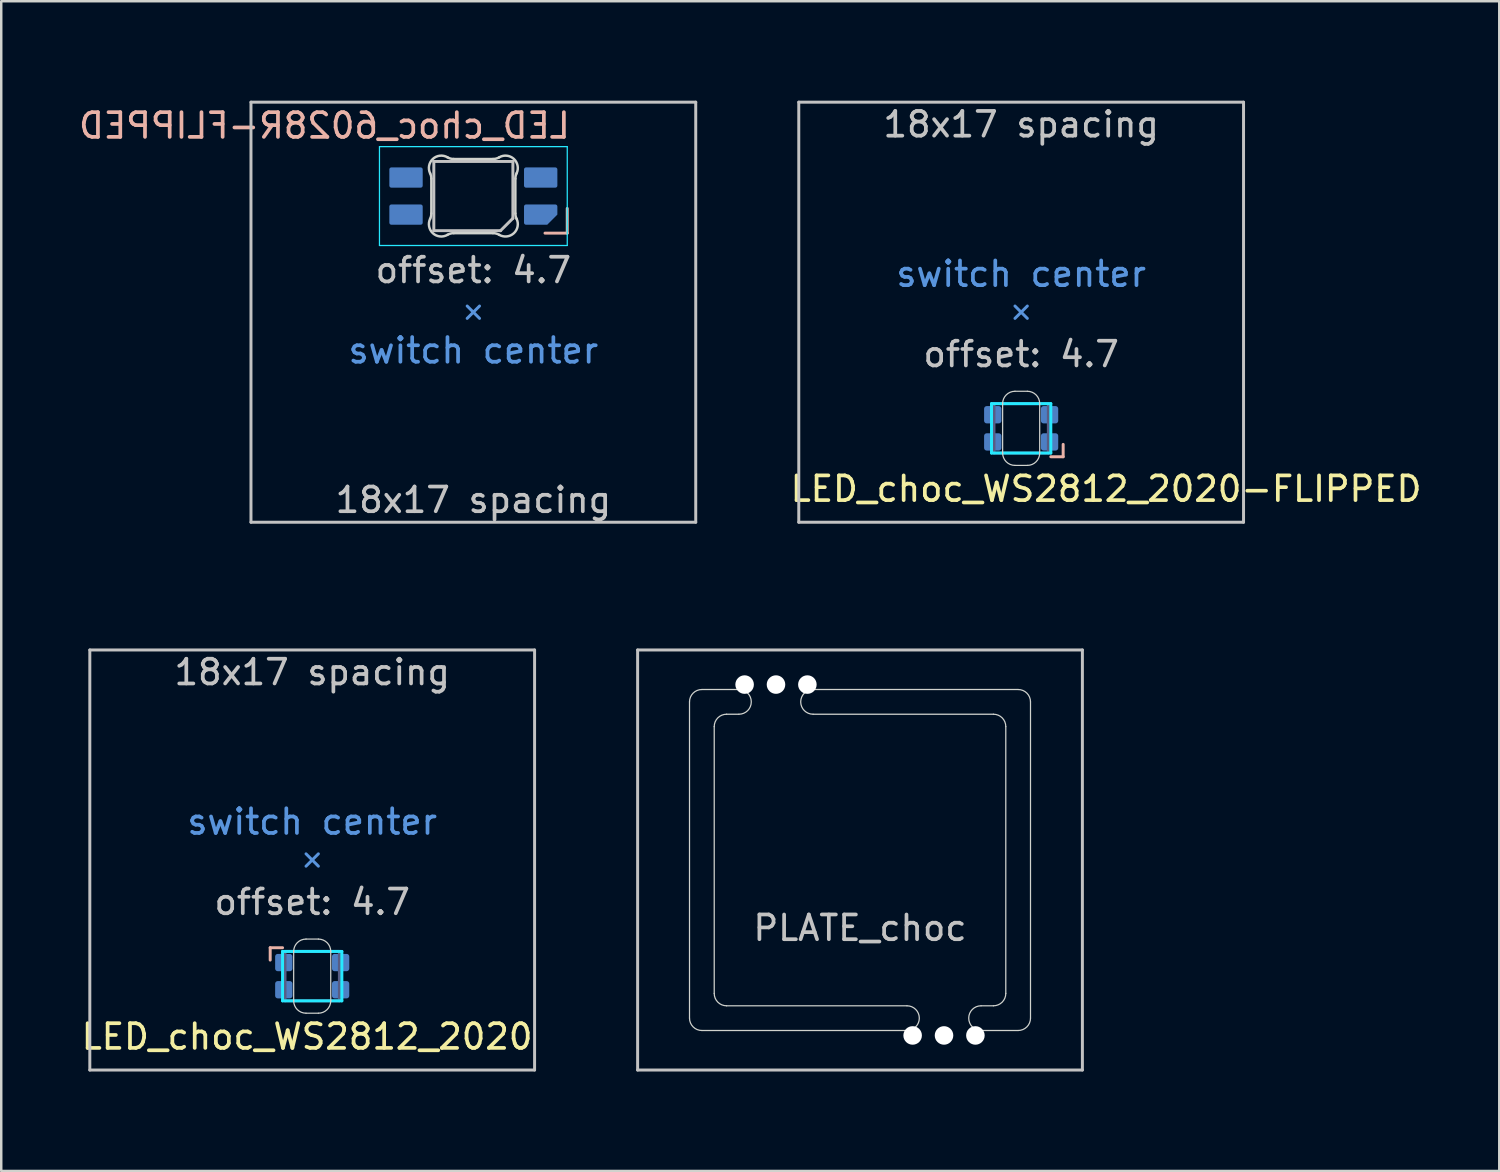
<source format=kicad_pcb>
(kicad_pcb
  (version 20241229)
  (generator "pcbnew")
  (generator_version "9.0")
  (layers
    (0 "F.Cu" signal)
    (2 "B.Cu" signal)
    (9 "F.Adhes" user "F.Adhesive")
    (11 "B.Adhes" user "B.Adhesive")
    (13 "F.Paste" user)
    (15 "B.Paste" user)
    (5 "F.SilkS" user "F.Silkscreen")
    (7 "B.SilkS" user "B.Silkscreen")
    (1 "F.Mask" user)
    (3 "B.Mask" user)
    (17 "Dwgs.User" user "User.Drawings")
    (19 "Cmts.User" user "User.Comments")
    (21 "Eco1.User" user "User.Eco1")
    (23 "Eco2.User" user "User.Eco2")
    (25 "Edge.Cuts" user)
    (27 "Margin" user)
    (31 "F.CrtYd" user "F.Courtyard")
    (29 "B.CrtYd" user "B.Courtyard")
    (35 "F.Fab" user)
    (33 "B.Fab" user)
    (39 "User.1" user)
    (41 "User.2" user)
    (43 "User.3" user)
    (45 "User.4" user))
  (footprint "LED_choc_WS2812_2020-FLIPPED"
    (layer "F.Cu")
    (at 38.277 14.285)
    (property "Reference" "LED_choc_WS2812_2020-FLIPPED" (at -9.425 2.45 0) (layer "F.SilkS") (effects (font (size 1 1) (thickness 0.15)) (justify left)))
    (attr smd)
    (fp_line (start 1.7 0.65) (end 1.7 1.15) (stroke (width 0.12) (type solid)) (layer "B.SilkS"))
    (fp_line (start 1.7 1.15) (end 1.2 1.15) (stroke (width 0.12) (type solid)) (layer "B.SilkS"))
    (fp_line (start -9 -13.2) (end 9 -13.2) (stroke (width 0.12) (type solid)) (layer "Dwgs.User"))
    (fp_line (start -9 3.8) (end -9 -13.2) (stroke (width 0.12) (type solid)) (layer "Dwgs.User"))
    (fp_line (start 9 -13.2) (end 9 3.8) (stroke (width 0.12) (type solid)) (layer "Dwgs.User"))
    (fp_line (start 9 3.8) (end -9 3.8) (stroke (width 0.12) (type solid)) (layer "Dwgs.User"))
    (fp_line (start -0.25 -4.45) (end 0 -4.7) (stroke (width 0.12) (type solid)) (layer "Cmts.User"))
    (fp_line (start 0 -4.7) (end -0.25 -4.95) (stroke (width 0.12) (type solid)) (layer "Cmts.User"))
    (fp_line (start 0 -4.7) (end 0.25 -4.95) (stroke (width 0.12) (type solid)) (layer "Cmts.User"))
    (fp_line (start 0.25 -4.45) (end 0 -4.7) (stroke (width 0.12) (type solid)) (layer "Cmts.User"))
    (fp_line (start -9.525 -14.225) (end -9.525 4.825) (stroke (width 0.12) (type solid)) (layer "Eco1.User"))
    (fp_line (start -9.525 4.825) (end 9.525 4.825) (stroke (width 0.12) (type solid)) (layer "Eco1.User"))
    (fp_line (start 9.525 -14.225) (end -9.525 -14.225) (stroke (width 0.12) (type solid)) (layer "Eco1.User"))
    (fp_line (start 9.525 4.825) (end 9.525 -14.225) (stroke (width 0.12) (type solid)) (layer "Eco1.User"))
    (fp_line (start -0.75 -1) (end -0.75 1) (stroke (width 0.05) (type solid)) (layer "Edge.Cuts"))
    (fp_line (start -0.25 -1.5) (end 0.25 -1.5) (stroke (width 0.05) (type solid)) (layer "Edge.Cuts"))
    (fp_line (start 0.25 1.5) (end -0.25 1.5) (stroke (width 0.05) (type solid)) (layer "Edge.Cuts"))
    (fp_line (start 0.75 1) (end 0.75 -1) (stroke (width 0.05) (type solid)) (layer "Edge.Cuts"))
    (fp_arc (start -0.75 -1) (mid -0.603554 -1.353553) (end -0.250001 -1.499999) (stroke (width 0.05) (type solid)) (layer "Edge.Cuts"))
    (fp_arc (start -0.250001 1.500001) (mid -0.603554 1.353554) (end -0.75 1) (stroke (width 0.05) (type solid)) (layer "Edge.Cuts"))
    (fp_arc (start 0.250001 -1.500001) (mid 0.603554 -1.353554) (end 0.75 -1) (stroke (width 0.05) (type solid)) (layer "Edge.Cuts"))
    (fp_arc (start 0.75 1) (mid 0.603554 1.353553) (end 0.250001 1.499999) (stroke (width 0.05) (type solid)) (layer "Edge.Cuts"))
    (fp_line (start -1.2 -1) (end 1.2 -1) (stroke (width 0.12) (type solid)) (layer "B.CrtYd"))
    (fp_line (start -1.2 1) (end -1.2 -1) (stroke (width 0.12) (type solid)) (layer "B.CrtYd"))
    (fp_line (start 1.2 -1) (end 1.2 1) (stroke (width 0.12) (type solid)) (layer "B.CrtYd"))
    (fp_line (start 1.2 1) (end -1.2 1) (stroke (width 0.12) (type solid)) (layer "B.CrtYd"))
    (fp_line (start -1.1 -1) (end 1.1 -1) (stroke (width 0.12) (type solid)) (layer "B.Fab"))
    (fp_line (start -1.1 1) (end -1.1 -1) (stroke (width 0.12) (type solid)) (layer "B.Fab"))
    (fp_line (start 1.1 -1) (end 1.1 1) (stroke (width 0.12) (type solid)) (layer "B.Fab"))
    (fp_line (start 1.1 1) (end -1.1 1) (stroke (width 0.12) (type solid)) (layer "B.Fab"))
    (fp_text user "18x17 spacing" (at 0 -12.3 0) (layer "Dwgs.User") (effects (font (size 1 1) (thickness 0.15))))
    (fp_text user "offset: 4.7" (at 0 -3 0) (layer "Dwgs.User") (effects (font (size 1 1) (thickness 0.15))))
    (fp_text user "switch center" (at 0 -6.25 0) (layer "Cmts.User") (effects (font (size 1 1) (thickness 0.15))))
    (fp_text user "19.05 spacing" (at 0 -13.4 0) (layer "Eco1.User") (effects (font (size 1 1) (thickness 0.15))))
    (pad "1" smd roundrect (at 1.15 0.55 180) (size 0.7 0.7) (layers "B.Cu" "B.Mask" "B.Paste") (roundrect_rratio 0.15))
    (pad "2" smd roundrect (at 1.15 -0.55 180) (size 0.7 0.7) (layers "B.Cu" "B.Mask" "B.Paste") (roundrect_rratio 0.15))
    (pad "3" smd roundrect (at -1.15 -0.55 180) (size 0.7 0.7) (layers "B.Cu" "B.Mask" "B.Paste") (roundrect_rratio 0.15))
    (pad "4" smd roundrect (at -1.15 0.55 180) (size 0.7 0.7) (layers "B.Cu" "B.Mask" "B.Paste") (roundrect_rratio 0.15)))
  (footprint "LED_choc_WS2812_2020"
    (layer "F.Cu")
    (at 9.585 36.455)
    (property "Reference" "LED_choc_WS2812_2020" (at -9.425 2.45 0) (layer "F.SilkS") (effects (font (size 1 1) (thickness 0.15)) (justify left)))
    (attr smd)
    (fp_line (start -1.7 -1.15) (end -1.2 -1.15) (stroke (width 0.12) (type solid)) (layer "B.SilkS"))
    (fp_line (start -1.7 -0.65) (end -1.7 -1.15) (stroke (width 0.12) (type solid)) (layer "B.SilkS"))
    (fp_line (start -9 -13.2) (end 9 -13.2) (stroke (width 0.12) (type solid)) (layer "Dwgs.User"))
    (fp_line (start -9 3.8) (end -9 -13.2) (stroke (width 0.12) (type solid)) (layer "Dwgs.User"))
    (fp_line (start 9 -13.2) (end 9 3.8) (stroke (width 0.12) (type solid)) (layer "Dwgs.User"))
    (fp_line (start 9 3.8) (end -9 3.8) (stroke (width 0.12) (type solid)) (layer "Dwgs.User"))
    (fp_line (start -0.25 -4.45) (end 0 -4.7) (stroke (width 0.12) (type solid)) (layer "Cmts.User"))
    (fp_line (start 0 -4.7) (end -0.25 -4.95) (stroke (width 0.12) (type solid)) (layer "Cmts.User"))
    (fp_line (start 0 -4.7) (end 0.25 -4.95) (stroke (width 0.12) (type solid)) (layer "Cmts.User"))
    (fp_line (start 0.25 -4.45) (end 0 -4.7) (stroke (width 0.12) (type solid)) (layer "Cmts.User"))
    (fp_line (start -9.525 -14.225) (end -9.525 4.825) (stroke (width 0.12) (type solid)) (layer "Eco1.User"))
    (fp_line (start -9.525 4.825) (end 9.525 4.825) (stroke (width 0.12) (type solid)) (layer "Eco1.User"))
    (fp_line (start 9.525 -14.225) (end -9.525 -14.225) (stroke (width 0.12) (type solid)) (layer "Eco1.User"))
    (fp_line (start 9.525 4.825) (end 9.525 -14.225) (stroke (width 0.12) (type solid)) (layer "Eco1.User"))
    (fp_line (start -0.75 -1) (end -0.75 1) (stroke (width 0.05) (type solid)) (layer "Edge.Cuts"))
    (fp_line (start -0.25 -1.5) (end 0.25 -1.5) (stroke (width 0.05) (type solid)) (layer "Edge.Cuts"))
    (fp_line (start 0.25 1.5) (end -0.25 1.5) (stroke (width 0.05) (type solid)) (layer "Edge.Cuts"))
    (fp_line (start 0.75 1) (end 0.75 -1) (stroke (width 0.05) (type solid)) (layer "Edge.Cuts"))
    (fp_arc (start -0.75 -1) (mid -0.603554 -1.353553) (end -0.250001 -1.499999) (stroke (width 0.05) (type solid)) (layer "Edge.Cuts"))
    (fp_arc (start -0.250001 1.500001) (mid -0.603554 1.353554) (end -0.75 1) (stroke (width 0.05) (type solid)) (layer "Edge.Cuts"))
    (fp_arc (start 0.250001 -1.500001) (mid 0.603554 -1.353554) (end 0.75 -1) (stroke (width 0.05) (type solid)) (layer "Edge.Cuts"))
    (fp_arc (start 0.75 1) (mid 0.603554 1.353553) (end 0.250001 1.499999) (stroke (width 0.05) (type solid)) (layer "Edge.Cuts"))
    (fp_line (start -1.2 -1) (end 1.2 -1) (stroke (width 0.12) (type solid)) (layer "B.CrtYd"))
    (fp_line (start -1.2 1) (end -1.2 -1) (stroke (width 0.12) (type solid)) (layer "B.CrtYd"))
    (fp_line (start 1.2 -1) (end 1.2 1) (stroke (width 0.12) (type solid)) (layer "B.CrtYd"))
    (fp_line (start 1.2 1) (end -1.2 1) (stroke (width 0.12) (type solid)) (layer "B.CrtYd"))
    (fp_line (start -1.1 -1) (end 1.1 -1) (stroke (width 0.12) (type solid)) (layer "B.Fab"))
    (fp_line (start -1.1 1) (end -1.1 -1) (stroke (width 0.12) (type solid)) (layer "B.Fab"))
    (fp_line (start 1.1 -1) (end 1.1 1) (stroke (width 0.12) (type solid)) (layer "B.Fab"))
    (fp_line (start 1.1 1) (end -1.1 1) (stroke (width 0.12) (type solid)) (layer "B.Fab"))
    (fp_text user "18x17 spacing" (at 0 -12.3 0) (layer "Dwgs.User") (effects (font (size 1 1) (thickness 0.15))))
    (fp_text user "offset: 4.7" (at 0 -3 0) (layer "Dwgs.User") (effects (font (size 1 1) (thickness 0.15))))
    (fp_text user "switch center" (at 0 -6.25 0) (layer "Cmts.User") (effects (font (size 1 1) (thickness 0.15))))
    (fp_text user "19.05 spacing" (at 0 -13.4 0) (layer "Eco1.User") (effects (font (size 1 1) (thickness 0.15))))
    (pad "1" smd roundrect (at -1.15 -0.55) (size 0.7 0.7) (layers "B.Cu" "B.Mask" "B.Paste") (roundrect_rratio 0.15))
    (pad "2" smd roundrect (at -1.15 0.55) (size 0.7 0.7) (layers "B.Cu" "B.Mask" "B.Paste") (roundrect_rratio 0.15))
    (pad "3" smd roundrect (at 1.15 0.55) (size 0.7 0.7) (layers "B.Cu" "B.Mask" "B.Paste") (roundrect_rratio 0.15))
    (pad "4" smd roundrect (at 1.15 -0.55) (size 0.7 0.7) (layers "B.Cu" "B.Mask" "B.Paste") (roundrect_rratio 0.15)))
  (footprint "LED_choc_6028R-FLIPPED"
    (layer "F.Cu")
    (at 16.107 4.885)
    (property "Reference" "LED_choc_6028R-FLIPPED" (at 4 -2.85 180) (layer "B.SilkS") (effects (font (size 1 1) (thickness 0.15)) (justify left mirror)))
    (attr smd)
    (fp_line (start 3.8 0.5) (end 3.8 1.5) (stroke (width 0.12) (type solid)) (layer "B.SilkS"))
    (fp_line (start 3.8 1.5) (end 2.9 1.5) (stroke (width 0.12) (type solid)) (layer "B.SilkS"))
    (fp_line (start -9 -3.8) (end 9 -3.8) (stroke (width 0.12) (type solid)) (layer "Dwgs.User"))
    (fp_line (start -9 13.2) (end -9 -3.8) (stroke (width 0.12) (type solid)) (layer "Dwgs.User"))
    (fp_line (start -1.6 -1.4) (end -1.6 1.4) (stroke (width 0.12) (type solid)) (layer "Dwgs.User"))
    (fp_line (start -1.6 1.4) (end 1.1 1.4) (stroke (width 0.12) (type solid)) (layer "Dwgs.User"))
    (fp_line (start 1.6 -1.4) (end -1.6 -1.4) (stroke (width 0.12) (type solid)) (layer "Dwgs.User"))
    (fp_line (start 1.6 0.9) (end 1.1 1.4) (stroke (width 0.12) (type solid)) (layer "Dwgs.User"))
    (fp_line (start 1.6 0.9) (end 1.6 -1.4) (stroke (width 0.12) (type solid)) (layer "Dwgs.User"))
    (fp_line (start 9 -3.8) (end 9 13.2) (stroke (width 0.12) (type solid)) (layer "Dwgs.User"))
    (fp_line (start 9 13.2) (end -9 13.2) (stroke (width 0.12) (type solid)) (layer "Dwgs.User"))
    (fp_line (start -0.25 4.45) (end 0 4.7) (stroke (width 0.12) (type solid)) (layer "Cmts.User"))
    (fp_line (start 0 4.7) (end -0.25 4.95) (stroke (width 0.12) (type solid)) (layer "Cmts.User"))
    (fp_line (start 0 4.7) (end 0.25 4.95) (stroke (width 0.12) (type solid)) (layer "Cmts.User"))
    (fp_line (start 0.25 4.45) (end 0 4.7) (stroke (width 0.12) (type solid)) (layer "Cmts.User"))
    (fp_line (start -9.525 -4.825) (end -9.525 14.225) (stroke (width 0.12) (type solid)) (layer "Eco1.User"))
    (fp_line (start -9.525 14.225) (end 9.525 14.225) (stroke (width 0.12) (type solid)) (layer "Eco1.User"))
    (fp_line (start 9.525 -4.825) (end -9.525 -4.825) (stroke (width 0.12) (type solid)) (layer "Eco1.User"))
    (fp_line (start 9.525 14.225) (end 9.525 -4.825) (stroke (width 0.12) (type solid)) (layer "Eco1.User"))
    (fp_line (start -1.7 0.703) (end -1.7 -0.703) (stroke (width 0.1) (type solid)) (layer "Edge.Cuts"))
    (fp_line (start -0.794 -1.5) (end 0.794 -1.5) (stroke (width 0.1) (type solid)) (layer "Edge.Cuts"))
    (fp_line (start 0.794 1.5) (end -0.794 1.5) (stroke (width 0.1) (type solid)) (layer "Edge.Cuts"))
    (fp_line (start 1.7 -0.703) (end 1.7 0.703) (stroke (width 0.1) (type solid)) (layer "Edge.Cuts"))
    (fp_arc (start -1.749484 -0.919721) (mid -1.712527 -0.814069) (end -1.699999 -0.702843) (stroke (width 0.1) (type solid)) (layer "Edge.Cuts"))
    (fp_arc (start -1.749484 -0.919721) (mid -1.638071 -1.504036) (end -1.046711 -1.5683) (stroke (width 0.1) (type solid)) (layer "Edge.Cuts"))
    (fp_arc (start -1.699999 0.702842) (mid -1.712527 0.814067) (end -1.749484 0.919719) (stroke (width 0.1) (type solid)) (layer "Edge.Cuts"))
    (fp_arc (start -1.046711 1.568296) (mid -1.63807 1.504033) (end -1.749484 0.919719) (stroke (width 0.1) (type solid)) (layer "Edge.Cuts"))
    (fp_arc (start -1.04671 1.568298) (mid -0.925122 1.517376) (end -0.794452 1.499999) (stroke (width 0.1) (type solid)) (layer "Edge.Cuts"))
    (fp_arc (start -0.794453 -1.500001) (mid -0.925123 -1.517378) (end -1.046711 -1.5683) (stroke (width 0.1) (type solid)) (layer "Edge.Cuts"))
    (fp_arc (start 0.794452 1.499999) (mid 0.925123 1.517376) (end 1.046711 1.568298) (stroke (width 0.1) (type solid)) (layer "Edge.Cuts"))
    (fp_arc (start 1.046711 -1.568299) (mid 0.925123 -1.517377) (end 0.794453 -1.5) (stroke (width 0.1) (type solid)) (layer "Edge.Cuts"))
    (fp_arc (start 1.046711 -1.568299) (mid 1.63807 -1.504035) (end 1.749484 -0.919721) (stroke (width 0.1) (type solid)) (layer "Edge.Cuts"))
    (fp_arc (start 1.699999 -0.702844) (mid 1.712527 -0.814069) (end 1.749484 -0.919721) (stroke (width 0.1) (type solid)) (layer "Edge.Cuts"))
    (fp_arc (start 1.749484 0.919718) (mid 1.638072 1.504034) (end 1.046711 1.568298) (stroke (width 0.1) (type solid)) (layer "Edge.Cuts"))
    (fp_arc (start 1.749484 0.919719) (mid 1.712527 0.814067) (end 1.699999 0.702841) (stroke (width 0.1) (type solid)) (layer "Edge.Cuts"))
    (fp_line (start -3.8 -2) (end -3.8 2) (stroke (width 0.05) (type solid)) (layer "B.CrtYd"))
    (fp_line (start -3.8 2) (end 3.8 2) (stroke (width 0.05) (type solid)) (layer "B.CrtYd"))
    (fp_line (start 3.8 -2) (end -3.8 -2) (stroke (width 0.05) (type solid)) (layer "B.CrtYd"))
    (fp_line (start 3.8 2) (end 3.8 -2) (stroke (width 0.05) (type solid)) (layer "B.CrtYd"))
    (fp_text user "18x17 spacing" (at 0 12.3 180) (layer "Dwgs.User") (effects (font (size 1 1) (thickness 0.15))))
    (fp_text user "offset: 4.7" (at 0 3 180) (layer "Dwgs.User") (effects (font (size 1 1) (thickness 0.15))))
    (fp_text user "switch center" (at 0 6.25 180) (layer "Cmts.User") (effects (font (size 1 1) (thickness 0.15))))
    (fp_text user "19.05 spacing" (at 0 13.4 180) (layer "Eco1.User") (effects (font (size 1 1) (thickness 0.15))))
    (pad "1" smd roundrect (at -2.725 -0.75 270) (size 0.82 1.35) (layers "B.Cu" "B.Mask" "B.Paste") (roundrect_rratio 0.1))
    (pad "2" smd roundrect (at -2.725 0.75 270) (size 0.82 1.35) (layers "B.Cu" "B.Mask" "B.Paste") (roundrect_rratio 0.1))
    (pad "3" smd roundrect (at 2.725 -0.75 270) (size 0.82 1.35) (layers "B.Cu" "B.Mask" "B.Paste") (roundrect_rratio 0.1))
    (pad "4" smd roundrect (at 2.725 0.75 270) (size 0.82 1.35) (layers "B.Cu" "B.Mask" "B.Paste") (roundrect_rratio 0.1) (chamfer_ratio 0.5) (chamfer top_right)))
  (footprint "PLATE_choc"
    (layer "F.Cu")
    (at 31.755 31.755)
    (property "Reference" "PLATE_choc" (at 0 2.75 0) (layer "Dwgs.User") (effects (font (size 1 1) (thickness 0.15))))
    (attr exclude_from_pos_files exclude_from_bom)
    (fp_line (start -9 -8.5) (end -9 8.5) (stroke (width 0.12) (type solid)) (layer "Dwgs.User"))
    (fp_line (start -9 8.5) (end 9 8.5) (stroke (width 0.12) (type solid)) (layer "Dwgs.User"))
    (fp_line (start 9 -8.5) (end -9 -8.5) (stroke (width 0.12) (type solid)) (layer "Dwgs.User"))
    (fp_line (start 9 8.5) (end 9 -8.5) (stroke (width 0.12) (type solid)) (layer "Dwgs.User"))
    (fp_line (start -9.525 -9.525) (end 9.525 -9.525) (stroke (width 0.12) (type solid)) (layer "Eco1.User"))
    (fp_line (start -9.525 9.525) (end -9.525 -9.525) (stroke (width 0.12) (type solid)) (layer "Eco1.User"))
    (fp_line (start 9.525 -9.525) (end 9.525 9.525) (stroke (width 0.12) (type solid)) (layer "Eco1.User"))
    (fp_line (start 9.525 9.525) (end -9.525 9.525) (stroke (width 0.12) (type solid)) (layer "Eco1.User"))
    (fp_line (start -6.9 -6.4) (end -6.9 6.4) (stroke (width 0.05) (type solid)) (layer "Edge.Cuts"))
    (fp_line (start -5.9 -5.4) (end -5.9 5.4) (stroke (width 0.05) (type solid)) (layer "Edge.Cuts"))
    (fp_line (start -5.4 5.9) (end 1.9 5.9) (stroke (width 0.05) (type solid)) (layer "Edge.Cuts"))
    (fp_line (start -4.9 -6.9) (end -6.4 -6.9) (stroke (width 0.05) (type solid)) (layer "Edge.Cuts"))
    (fp_line (start -4.9 -5.9) (end -5.4 -5.9) (stroke (width 0.05) (type solid)) (layer "Edge.Cuts"))
    (fp_line (start 1.9 6.9) (end -6.4 6.9) (stroke (width 0.05) (type solid)) (layer "Edge.Cuts"))
    (fp_line (start 4.9 5.9) (end 5.4 5.9) (stroke (width 0.05) (type solid)) (layer "Edge.Cuts"))
    (fp_line (start 5.4 -5.9) (end -1.9 -5.9) (stroke (width 0.05) (type solid)) (layer "Edge.Cuts"))
    (fp_line (start 5.9 5.4) (end 5.9 -5.4) (stroke (width 0.05) (type solid)) (layer "Edge.Cuts"))
    (fp_line (start 6.4 -6.9) (end -1.9 -6.9) (stroke (width 0.05) (type solid)) (layer "Edge.Cuts"))
    (fp_line (start 6.4 6.9) (end 4.9 6.9) (stroke (width 0.05) (type solid)) (layer "Edge.Cuts"))
    (fp_line (start 6.9 6.4) (end 6.9 -6.4) (stroke (width 0.05) (type solid)) (layer "Edge.Cuts"))
    (fp_arc (start -6.9 -6.4) (mid -6.753553 -6.753553) (end -6.4 -6.9) (stroke (width 0.05) (type solid)) (layer "Edge.Cuts"))
    (fp_arc (start -6.4 6.9) (mid -6.753553 6.753553) (end -6.9 6.4) (stroke (width 0.05) (type solid)) (layer "Edge.Cuts"))
    (fp_arc (start -5.9 -5.4) (mid -5.753553 -5.753553) (end -5.4 -5.9) (stroke (width 0.05) (type solid)) (layer "Edge.Cuts"))
    (fp_arc (start -5.4 5.9) (mid -5.753553 5.753553) (end -5.9 5.4) (stroke (width 0.05) (type solid)) (layer "Edge.Cuts"))
    (fp_arc (start -4.9 -6.9) (mid -4.4 -6.4) (end -4.9 -5.9) (stroke (width 0.05) (type solid)) (layer "Edge.Cuts"))
    (fp_arc (start -1.9 -5.9) (mid -2.4 -6.4) (end -1.9 -6.9) (stroke (width 0.05) (type solid)) (layer "Edge.Cuts"))
    (fp_arc (start 1.9 5.9) (mid 2.4 6.4) (end 1.9 6.9) (stroke (width 0.05) (type solid)) (layer "Edge.Cuts"))
    (fp_arc (start 4.9 6.9) (mid 4.4 6.4) (end 4.9 5.9) (stroke (width 0.05) (type solid)) (layer "Edge.Cuts"))
    (fp_arc (start 5.4 -5.9) (mid 5.753553 -5.753553) (end 5.9 -5.4) (stroke (width 0.05) (type solid)) (layer "Edge.Cuts"))
    (fp_arc (start 5.9 5.4) (mid 5.753553 5.753553) (end 5.4 5.9) (stroke (width 0.05) (type solid)) (layer "Edge.Cuts"))
    (fp_arc (start 6.4 -6.9) (mid 6.753553 -6.753553) (end 6.9 -6.4) (stroke (width 0.05) (type solid)) (layer "Edge.Cuts"))
    (fp_arc (start 6.9 6.4) (mid 6.753553 6.753553) (end 6.4 6.9) (stroke (width 0.05) (type solid)) (layer "Edge.Cuts"))
    (fp_text user "Eco1: 19.05 spacing" (at 0 8.25 0) (layer "Eco1.User") (effects (font (size 1 1) (thickness 0.15))))
    (pad "" np_thru_hole circle (at -4.67 -7.1) (size 0.75 0.75) (drill 0.75) (layers "*.Cu" "*.Mask"))
    (pad "" np_thru_hole circle (at -3.4 -7.1) (size 0.75 0.75) (drill 0.75) (layers "*.Cu" "*.Mask"))
    (pad "" np_thru_hole circle (at -2.13 -7.1) (size 0.75 0.75) (drill 0.75) (layers "*.Cu" "*.Mask"))
    (pad "" np_thru_hole circle (at 2.13 7.1) (size 0.75 0.75) (drill 0.75) (layers "*.Cu" "*.Mask"))
    (pad "" np_thru_hole circle (at 3.4 7.1) (size 0.75 0.75) (drill 0.75) (layers "*.Cu" "*.Mask"))
    (pad "" np_thru_hole circle (at 4.67 7.1) (size 0.75 0.75) (drill 0.75) (layers "*.Cu" "*.Mask")))
  (gr_rect
    (start -3 -3)
    (end 57.626 44.34)
    (stroke (width 0.1) (type default))
    (fill no)
    (layer "Edge.Cuts")))
</source>
